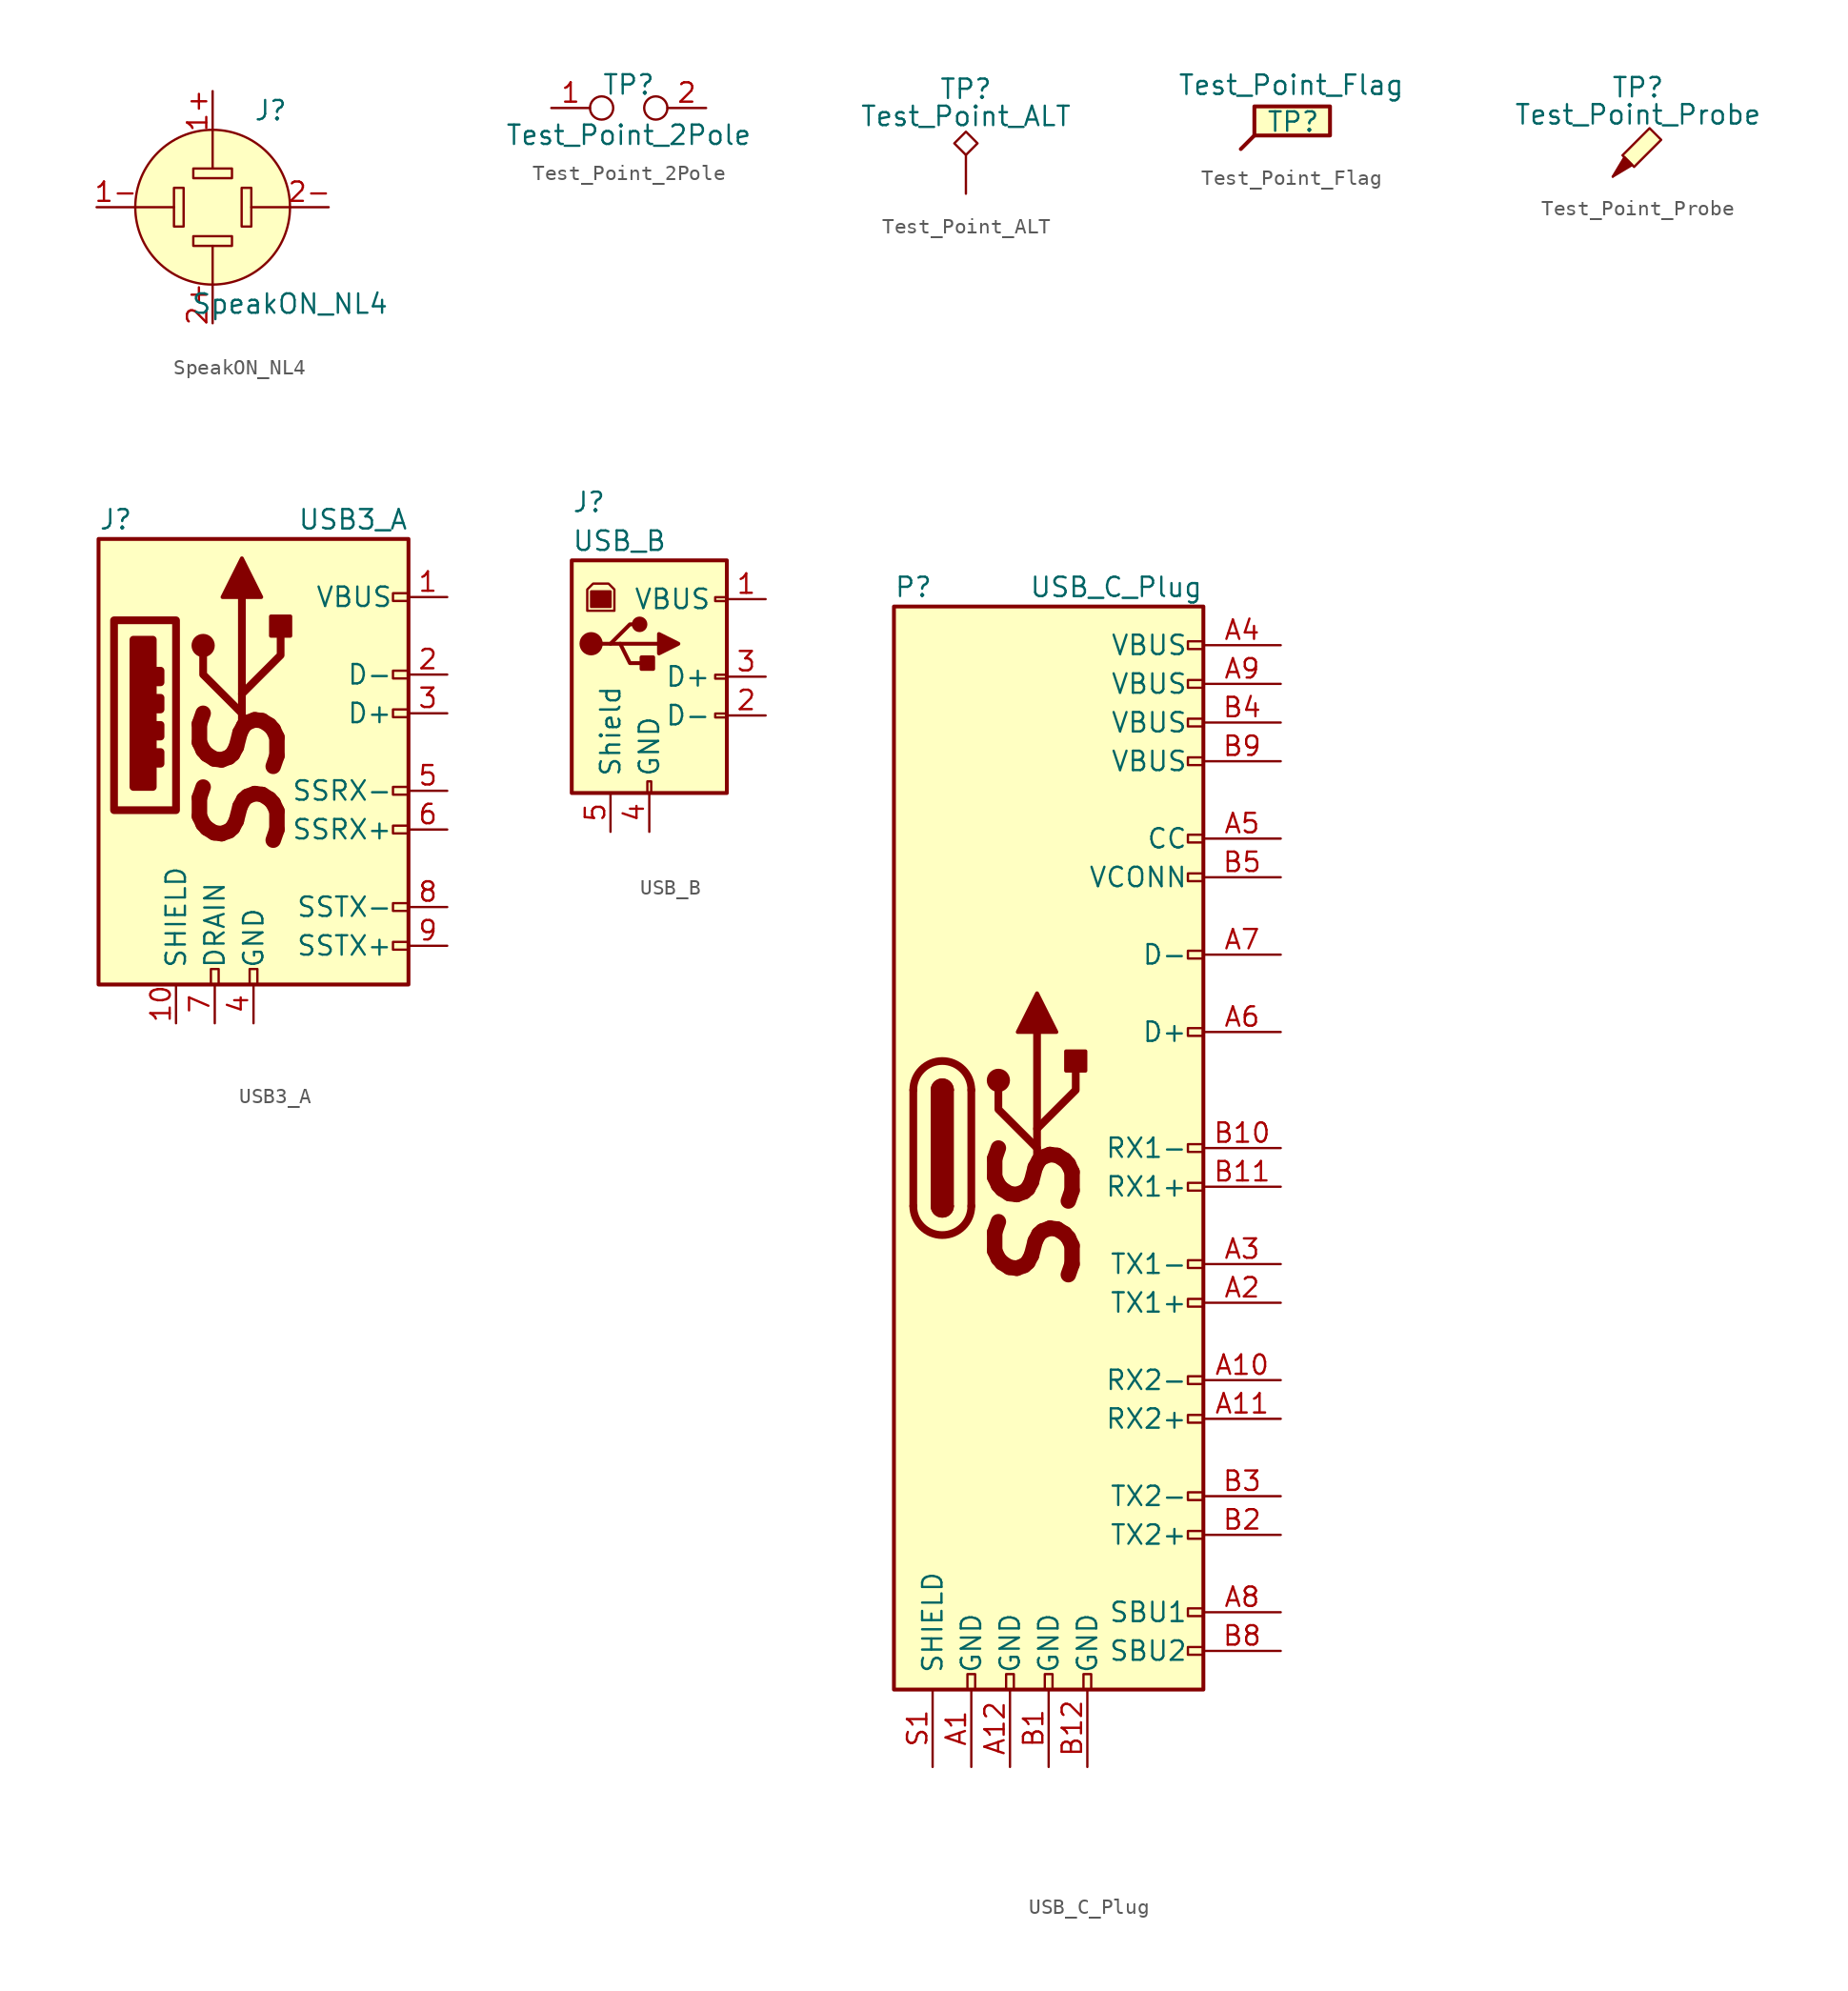
<source format=kicad_sym>
(kicad_symbol_lib
  (version 20201005)
  (generator kicad_symbol_editor)
  (symbol "SpeakON_NL4"
    (pin_names hide)
    (property "Reference" "J"
      (at 3.81 6.35 0)
      (effects (font (size 1.27 1.27))))
    (property "Value" "SpeakON_NL4"
      (at 5.08 -6.35 0)
      (effects (font (size 1.27 1.27))))
    (symbol "SpeakON_NL4_0_1"
      (circle (center 0 0) (radius 5.08) (stroke (width 0)) (fill (type background)))
      (rectangle (start -2.54 1.27) (end -1.905 -1.27) (stroke (width 0)) (fill (type none)))
      (rectangle (start -1.27 -2.54) (end 1.27 -1.905) (stroke (width 0)) (fill (type none)))
      (rectangle (start -1.27 2.54) (end 1.27 1.905) (stroke (width 0)) (fill (type none)))
      (rectangle (start 2.54 1.27) (end 1.905 -1.27) (stroke (width 0)) (fill (type none)))
      (polyline (pts (xy -5.08 0) (xy -2.54 0)) (stroke (width 0)) (fill (type none)))
      (polyline (pts (xy 0 -5.08) (xy 0 -2.54)) (stroke (width 0)) (fill (type none)))
      (polyline (pts (xy 0 5.08) (xy 0 2.54)) (stroke (width 0)) (fill (type none)))
      (polyline (pts (xy 5.08 0) (xy 2.54 0)) (stroke (width 0)) (fill (type none)))
      (pin passive line (at -7.62 0 0) (length 2.54) (name "1-" (effects (font (size 1.27 1.27)))) (number "1-" (effects (font (size 1.27 1.27)))))
      (pin passive line (at 0 -7.62 90) (length 2.54) (name "2+" (effects (font (size 1.27 1.27)))) (number "2+" (effects (font (size 1.27 1.27)))))
      (pin passive line (at 7.62 0 180) (length 2.54) (name "2-" (effects (font (size 1.27 1.27)))) (number "2-" (effects (font (size 1.27 1.27))))))
    (symbol "SpeakON_NL4_1_1"
      (pin passive line (at 0 7.62 270) (length 2.54) (name "1+" (effects (font (size 1.27 1.27)))) (number "1+" (effects (font (size 1.27 1.27)))))))
  (symbol "Test_Point_2Pole"
    (pin_names
      (offset 0.762) hide)
    (property "Reference" "TP"
      (at 0 1.524 0)
      (effects (font (size 1.27 1.27))))
    (property "Value" "Test_Point_2Pole"
      (at 0 -1.778 0)
      (effects (font (size 1.27 1.27))))
    (symbol "Test_Point_2Pole_0_1"
      (circle (center -1.778 0) (radius 0.762) (stroke (width 0)) (fill (type none)))
      (circle (center 1.778 0) (radius 0.762) (stroke (width 0)) (fill (type none)))
      (pin passive line (at -5.08 0 0) (length 2.54) (name "1" (effects (font (size 1.27 1.27)))) (number "1" (effects (font (size 1.27 1.27)))))
      (pin passive line (at 5.08 0 180) (length 2.54) (name "2" (effects (font (size 1.27 1.27)))) (number "2" (effects (font (size 1.27 1.27)))))))
  (symbol "Test_Point_ALT"
    (pin_numbers hide)
    (pin_names
      (offset 0.762) hide)
    (property "Reference" "TP"
      (at 0 6.858 0)
      (effects (font (size 1.27 1.27))))
    (property "Value" "Test_Point_ALT"
      (at 0 5.08 0)
      (effects (font (size 1.27 1.27))))
    (symbol "Test_Point_ALT_0_1"
      (polyline (pts (xy 0 2.54) (xy -0.762 3.302) (xy 0 4.064) (xy 0.762 3.302) (xy 0 2.54)) (stroke (width 0)) (fill (type none))))
    (symbol "Test_Point_ALT_1_1"
      (pin passive line (at 0 0 90) (length 2.54) (name "1" (effects (font (size 1.27 1.27)))) (number "1" (effects (font (size 1.27 1.27)))))))
  (symbol "Test_Point_Flag"
    (pin_numbers hide)
    (pin_names
      (offset 0.762) hide)
    (property "Reference" "TP"
      (at 3.429 1.778 0)
      (effects (font (size 1.27 1.27))))
    (property "Value" "Test_Point_Flag"
      (at 3.302 4.191 0)
      (effects (font (size 1.27 1.27))))
    (symbol "Test_Point_Flag_0_1"
      (rectangle (start 0.889 2.794) (end 5.842 0.889) (stroke (width 0.254)) (fill (type background)))
      (polyline (pts (xy 0 0) (xy 0.889 0.889)) (stroke (width 0.254)) (fill (type none))))
    (symbol "Test_Point_Flag_1_1"
      (pin passive line (at 0 0 90) (length 0) (name "1" (effects (font (size 1.27 1.27)))) (number "1" (effects (font (size 1.27 1.27)))))))
  (symbol "Test_Point_Probe"
    (pin_numbers hide)
    (pin_names
      (offset 0.762) hide)
    (property "Reference" "TP"
      (at 1.651 5.842 0)
      (effects (font (size 1.27 1.27))))
    (property "Value" "Test_Point_Probe"
      (at 1.651 4.064 0)
      (effects (font (size 1.27 1.27))))
    (symbol "Test_Point_Probe_0_1"
      (polyline (pts (xy 1.27 0.762) (xy 0 0) (xy 0.762 1.27) (xy 1.27 0.762)) (stroke (width 0)) (fill (type outline)))
      (polyline (pts (xy 1.397 0.635) (xy 0.635 1.397) (xy 2.413 3.175) (xy 3.175 2.413) (xy 1.397 0.635)) (stroke (width 0)) (fill (type background))))
    (symbol "Test_Point_Probe_1_1"
      (pin passive line (at 0 0 90) (length 0) (name "1" (effects (font (size 1.27 1.27)))) (number "1" (effects (font (size 1.27 1.27)))))))
  (symbol "USB3_A"
    (pin_names
      (offset 1.016))
    (property "Reference" "J"
      (at -10.16 15.24 0)
      (effects (font (size 1.27 1.27)) (justify left)))
    (property "Value" "USB3_A"
      (at 10.16 15.24 0)
      (effects (font (size 1.27 1.27)) (justify right)))
    (symbol "USB3_A_0_0"
      (text "SS" (at -0.762 -1.905 900) (effects (font (size 5.08 5.08) bold italic)))
      (rectangle (start -9.144 8.636) (end -5.08 -3.81) (stroke (width 0.508)) (fill (type none)))
      (rectangle (start -7.874 7.366) (end -6.604 -2.286) (stroke (width 0.508)) (fill (type outline)))
      (rectangle (start -6.35 0) (end -6.096 -0.762) (stroke (width 0.508)) (fill (type none)))
      (rectangle (start -6.35 1.778) (end -6.096 1.016) (stroke (width 0.508)) (fill (type none)))
      (rectangle (start -6.35 3.556) (end -6.096 2.794) (stroke (width 0.508)) (fill (type none)))
      (rectangle (start -6.35 5.334) (end -6.096 4.572) (stroke (width 0.508)) (fill (type none)))
      (rectangle (start -2.794 -15.24) (end -2.286 -14.224) (stroke (width 0)) (fill (type none)))
      (rectangle (start -0.254 -15.24) (end 0.254 -14.224) (stroke (width 0)) (fill (type none)))
      (rectangle (start 10.16 -12.446) (end 9.144 -12.954) (stroke (width 0)) (fill (type none)))
      (rectangle (start 10.16 -9.906) (end 9.144 -10.414) (stroke (width 0)) (fill (type none)))
      (rectangle (start 10.16 -4.826) (end 9.144 -5.334) (stroke (width 0)) (fill (type none)))
      (rectangle (start 10.16 -2.286) (end 9.144 -2.794) (stroke (width 0)) (fill (type none)))
      (rectangle (start 10.16 2.794) (end 9.144 2.286) (stroke (width 0)) (fill (type none)))
      (rectangle (start 10.16 5.334) (end 9.144 4.826) (stroke (width 0)) (fill (type none)))
      (rectangle (start 10.16 10.414) (end 9.144 9.906) (stroke (width 0)) (fill (type none))))
    (symbol "USB3_A_0_1"
      (circle (center -3.302 6.985) (radius 0.635) (stroke (width 0.254)) (fill (type outline)))
      (rectangle (start -10.16 13.97) (end 10.16 -15.24) (stroke (width 0.254)) (fill (type background)))
      (rectangle (start 1.143 7.62) (end 2.413 8.89) (stroke (width 0.254)) (fill (type outline)))
      (polyline (pts (xy -0.762 1.27) (xy -0.762 10.16)) (stroke (width 0.508)) (fill (type none)))
      (polyline (pts (xy -0.762 2.54) (xy -3.302 5.08) (xy -3.302 6.35)) (stroke (width 0.508)) (fill (type none)))
      (polyline (pts (xy -0.762 3.81) (xy 1.778 6.35) (xy 1.778 7.62)) (stroke (width 0.508)) (fill (type none)))
      (polyline (pts (xy -2.032 10.16) (xy -0.762 12.7) (xy 0.508 10.16) (xy -2.032 10.16)) (stroke (width 0.254)) (fill (type outline))))
    (symbol "USB3_A_1_1"
      (pin power_in line (at 12.7 10.16 180) (length 2.54) (name "VBUS" (effects (font (size 1.27 1.27)))) (number "1" (effects (font (size 1.27 1.27)))))
      (pin passive line (at -5.08 -17.78 90) (length 2.54) (name "SHIELD" (effects (font (size 1.27 1.27)))) (number "10" (effects (font (size 1.27 1.27)))))
      (pin bidirectional line (at 12.7 5.08 180) (length 2.54) (name "D-" (effects (font (size 1.27 1.27)))) (number "2" (effects (font (size 1.27 1.27)))))
      (pin bidirectional line (at 12.7 2.54 180) (length 2.54) (name "D+" (effects (font (size 1.27 1.27)))) (number "3" (effects (font (size 1.27 1.27)))))
      (pin power_in line (at 0 -17.78 90) (length 2.54) (name "GND" (effects (font (size 1.27 1.27)))) (number "4" (effects (font (size 1.27 1.27)))))
      (pin bidirectional line (at 12.7 -2.54 180) (length 2.54) (name "SSRX-" (effects (font (size 1.27 1.27)))) (number "5" (effects (font (size 1.27 1.27)))))
      (pin bidirectional line (at 12.7 -5.08 180) (length 2.54) (name "SSRX+" (effects (font (size 1.27 1.27)))) (number "6" (effects (font (size 1.27 1.27)))))
      (pin power_in line (at -2.54 -17.78 90) (length 2.54) (name "DRAIN" (effects (font (size 1.27 1.27)))) (number "7" (effects (font (size 1.27 1.27)))))
      (pin bidirectional line (at 12.7 -10.16 180) (length 2.54) (name "SSTX-" (effects (font (size 1.27 1.27)))) (number "8" (effects (font (size 1.27 1.27)))))
      (pin bidirectional line (at 12.7 -12.7 180) (length 2.54) (name "SSTX+" (effects (font (size 1.27 1.27)))) (number "9" (effects (font (size 1.27 1.27)))))))
  (symbol "USB_B"
    (pin_names
      (offset 1.016))
    (property "Reference" "J"
      (at -5.08 11.43 0)
      (effects (font (size 1.27 1.27)) (justify left)))
    (property "Value" "USB_B"
      (at -5.08 8.89 0)
      (effects (font (size 1.27 1.27)) (justify left)))
    (symbol "USB_B_0_1"
      (circle (center -3.81 2.159) (radius 0.635) (stroke (width 0.254)) (fill (type outline)))
      (circle (center -0.635 3.429) (radius 0.381) (stroke (width 0.254)) (fill (type outline)))
      (rectangle (start -5.08 -7.62) (end 5.08 7.62) (stroke (width 0.254)) (fill (type background)))
      (rectangle (start -3.81 5.588) (end -2.54 4.572) (stroke (width 0)) (fill (type outline)))
      (rectangle (start -0.127 -7.62) (end 0.127 -6.858) (stroke (width 0)) (fill (type none)))
      (rectangle (start 0.254 1.27) (end -0.508 0.508) (stroke (width 0.254)) (fill (type outline)))
      (rectangle (start 5.08 -2.667) (end 4.318 -2.413) (stroke (width 0)) (fill (type none)))
      (rectangle (start 5.08 -0.127) (end 4.318 0.127) (stroke (width 0)) (fill (type none)))
      (rectangle (start 5.08 4.953) (end 4.318 5.207) (stroke (width 0)) (fill (type none)))
      (polyline (pts (xy -1.905 2.159) (xy 0.635 2.159)) (stroke (width 0.254)) (fill (type none)))
      (polyline (pts (xy -3.175 2.159) (xy -2.54 2.159) (xy -1.27 3.429) (xy -0.635 3.429)) (stroke (width 0.254)) (fill (type none)))
      (polyline (pts (xy -2.54 2.159) (xy -1.905 2.159) (xy -1.27 0.889) (xy 0 0.889)) (stroke (width 0.254)) (fill (type none)))
      (polyline (pts (xy 0.635 2.794) (xy 0.635 1.524) (xy 1.905 2.159) (xy 0.635 2.794)) (stroke (width 0.254)) (fill (type outline)))
      (polyline (pts (xy -4.064 4.318) (xy -2.286 4.318) (xy -2.286 5.715) (xy -2.667 6.096) (xy -3.683 6.096) (xy -4.064 5.715) (xy -4.064 4.318)) (stroke (width 0)) (fill (type none))))
    (symbol "USB_B_1_1"
      (pin power_out line (at 7.62 5.08 180) (length 2.54) (name "VBUS" (effects (font (size 1.27 1.27)))) (number "1" (effects (font (size 1.27 1.27)))))
      (pin passive line (at 7.62 -2.54 180) (length 2.54) (name "D-" (effects (font (size 1.27 1.27)))) (number "2" (effects (font (size 1.27 1.27)))))
      (pin passive line (at 7.62 0 180) (length 2.54) (name "D+" (effects (font (size 1.27 1.27)))) (number "3" (effects (font (size 1.27 1.27)))))
      (pin power_out line (at 0 -10.16 90) (length 2.54) (name "GND" (effects (font (size 1.27 1.27)))) (number "4" (effects (font (size 1.27 1.27)))))
      (pin passive line (at -2.54 -10.16 90) (length 2.54) (name "Shield" (effects (font (size 1.27 1.27)))) (number "5" (effects (font (size 1.27 1.27)))))))
  (symbol "USB_C_Plug"
    (pin_names
      (offset 1.016))
    (property "Reference" "P"
      (at -10.16 36.83 0)
      (effects (font (size 1.27 1.27)) (justify left)))
    (property "Value" "USB_C_Plug"
      (at 10.16 36.83 0)
      (effects (font (size 1.27 1.27)) (justify right)))
    (symbol "USB_C_Plug_0_0"
      (text "SS" (at -0.762 -4.445 900) (effects (font (size 5.08 5.08) bold italic)))
      (rectangle (start -5.334 -35.56) (end -4.826 -34.544) (stroke (width 0)) (fill (type none)))
      (rectangle (start -2.794 -35.56) (end -2.286 -34.544) (stroke (width 0)) (fill (type none)))
      (rectangle (start -0.254 -35.56) (end 0.254 -34.544) (stroke (width 0)) (fill (type none)))
      (rectangle (start 2.286 -35.56) (end 2.794 -34.544) (stroke (width 0)) (fill (type none)))
      (rectangle (start 10.16 -32.766) (end 9.144 -33.274) (stroke (width 0)) (fill (type none)))
      (rectangle (start 10.16 -30.226) (end 9.144 -30.734) (stroke (width 0)) (fill (type none)))
      (rectangle (start 10.16 -25.146) (end 9.144 -25.654) (stroke (width 0)) (fill (type none)))
      (rectangle (start 10.16 -22.606) (end 9.144 -23.114) (stroke (width 0)) (fill (type none)))
      (rectangle (start 10.16 -17.526) (end 9.144 -18.034) (stroke (width 0)) (fill (type none)))
      (rectangle (start 10.16 -14.986) (end 9.144 -15.494) (stroke (width 0)) (fill (type none)))
      (rectangle (start 10.16 -9.906) (end 9.144 -10.414) (stroke (width 0)) (fill (type none)))
      (rectangle (start 10.16 -7.366) (end 9.144 -7.874) (stroke (width 0)) (fill (type none)))
      (rectangle (start 10.16 -2.286) (end 9.144 -2.794) (stroke (width 0)) (fill (type none)))
      (rectangle (start 10.16 0.254) (end 9.144 -0.254) (stroke (width 0)) (fill (type none)))
      (rectangle (start 10.16 7.874) (end 9.144 7.366) (stroke (width 0)) (fill (type none)))
      (rectangle (start 10.16 12.954) (end 9.144 12.446) (stroke (width 0)) (fill (type none)))
      (rectangle (start 10.16 18.034) (end 9.144 17.526) (stroke (width 0)) (fill (type none)))
      (rectangle (start 10.16 20.574) (end 9.144 20.066) (stroke (width 0)) (fill (type none)))
      (rectangle (start 10.16 25.654) (end 9.144 25.146) (stroke (width 0)) (fill (type none)))
      (rectangle (start 10.16 28.194) (end 9.144 27.686) (stroke (width 0)) (fill (type none)))
      (rectangle (start 10.16 30.734) (end 9.144 30.226) (stroke (width 0)) (fill (type none)))
      (rectangle (start 10.16 33.274) (end 9.144 32.766) (stroke (width 0)) (fill (type none))))
    (symbol "USB_C_Plug_0_1"
      (arc (start -7.62 -3.81) (end -6.35 -3.81) (radius (at -6.985 -3.81) (length 0.635) (angles -179.9 -0.1)) (stroke (width 0.254)) (fill (type outline)))
      (arc (start -8.89 -3.81) (end -5.08 -3.81) (radius (at -6.985 -3.81) (length 1.905) (angles -179.9 -0.1)) (stroke (width 0.508)) (fill (type none)))
      (arc (start -7.62 -3.81) (end -6.35 -3.81) (radius (at -6.985 -3.81) (length 0.635) (angles -179.9 -0.1)) (stroke (width 0.254)) (fill (type none)))
      (arc (start -5.08 3.81) (end -8.89 3.81) (radius (at -6.985 3.81) (length 1.905) (angles 0.1 179.9)) (stroke (width 0.508)) (fill (type none)))
      (arc (start -6.35 3.81) (end -7.62 3.81) (radius (at -6.985 3.81) (length 0.635) (angles 0.1 179.9)) (stroke (width 0.254)) (fill (type outline)))
      (arc (start -6.35 3.81) (end -7.62 3.81) (radius (at -6.985 3.81) (length 0.635) (angles 0.1 179.9)) (stroke (width 0.254)) (fill (type none)))
      (circle (center -3.302 4.445) (radius 0.635) (stroke (width 0.254)) (fill (type outline)))
      (rectangle (start -10.16 35.56) (end 10.16 -35.56) (stroke (width 0.254)) (fill (type background)))
      (rectangle (start -7.62 -3.81) (end -6.35 3.81) (stroke (width 0.254)) (fill (type outline)))
      (rectangle (start 1.143 5.08) (end 2.413 6.35) (stroke (width 0.254)) (fill (type outline)))
      (polyline (pts (xy -8.89 -3.81) (xy -8.89 3.81)) (stroke (width 0.508)) (fill (type none)))
      (polyline (pts (xy -5.08 3.81) (xy -5.08 -3.81)) (stroke (width 0.508)) (fill (type none)))
      (polyline (pts (xy -0.762 -1.27) (xy -0.762 7.62)) (stroke (width 0.508)) (fill (type none)))
      (polyline (pts (xy -0.762 0) (xy -3.302 2.54) (xy -3.302 3.81)) (stroke (width 0.508)) (fill (type none)))
      (polyline (pts (xy -0.762 1.27) (xy 1.778 3.81) (xy 1.778 5.08)) (stroke (width 0.508)) (fill (type none)))
      (polyline (pts (xy -2.032 7.62) (xy -0.762 10.16) (xy 0.508 7.62) (xy -2.032 7.62)) (stroke (width 0.254)) (fill (type outline))))
    (symbol "USB_C_Plug_1_1"
      (pin power_in line (at -5.08 -40.64 90) (length 5.08) (name "GND" (effects (font (size 1.27 1.27)))) (number "A1" (effects (font (size 1.27 1.27)))))
      (pin bidirectional line (at 15.24 -15.24 180) (length 5.08) (name "RX2-" (effects (font (size 1.27 1.27)))) (number "A10" (effects (font (size 1.27 1.27)))))
      (pin bidirectional line (at 15.24 -17.78 180) (length 5.08) (name "RX2+" (effects (font (size 1.27 1.27)))) (number "A11" (effects (font (size 1.27 1.27)))))
      (pin power_in line (at -2.54 -40.64 90) (length 5.08) (name "GND" (effects (font (size 1.27 1.27)))) (number "A12" (effects (font (size 1.27 1.27)))))
      (pin bidirectional line (at 15.24 -10.16 180) (length 5.08) (name "TX1+" (effects (font (size 1.27 1.27)))) (number "A2" (effects (font (size 1.27 1.27)))))
      (pin bidirectional line (at 15.24 -7.62 180) (length 5.08) (name "TX1-" (effects (font (size 1.27 1.27)))) (number "A3" (effects (font (size 1.27 1.27)))))
      (pin power_in line (at 15.24 33.02 180) (length 5.08) (name "VBUS" (effects (font (size 1.27 1.27)))) (number "A4" (effects (font (size 1.27 1.27)))))
      (pin bidirectional line (at 15.24 20.32 180) (length 5.08) (name "CC" (effects (font (size 1.27 1.27)))) (number "A5" (effects (font (size 1.27 1.27)))))
      (pin bidirectional line (at 15.24 7.62 180) (length 5.08) (name "D+" (effects (font (size 1.27 1.27)))) (number "A6" (effects (font (size 1.27 1.27)))))
      (pin bidirectional line (at 15.24 12.7 180) (length 5.08) (name "D-" (effects (font (size 1.27 1.27)))) (number "A7" (effects (font (size 1.27 1.27)))))
      (pin bidirectional line (at 15.24 -30.48 180) (length 5.08) (name "SBU1" (effects (font (size 1.27 1.27)))) (number "A8" (effects (font (size 1.27 1.27)))))
      (pin power_in line (at 15.24 30.48 180) (length 5.08) (name "VBUS" (effects (font (size 1.27 1.27)))) (number "A9" (effects (font (size 1.27 1.27)))))
      (pin power_in line (at 0 -40.64 90) (length 5.08) (name "GND" (effects (font (size 1.27 1.27)))) (number "B1" (effects (font (size 1.27 1.27)))))
      (pin bidirectional line (at 15.24 0 180) (length 5.08) (name "RX1-" (effects (font (size 1.27 1.27)))) (number "B10" (effects (font (size 1.27 1.27)))))
      (pin bidirectional line (at 15.24 -2.54 180) (length 5.08) (name "RX1+" (effects (font (size 1.27 1.27)))) (number "B11" (effects (font (size 1.27 1.27)))))
      (pin power_in line (at 2.54 -40.64 90) (length 5.08) (name "GND" (effects (font (size 1.27 1.27)))) (number "B12" (effects (font (size 1.27 1.27)))))
      (pin bidirectional line (at 15.24 -25.4 180) (length 5.08) (name "TX2+" (effects (font (size 1.27 1.27)))) (number "B2" (effects (font (size 1.27 1.27)))))
      (pin bidirectional line (at 15.24 -22.86 180) (length 5.08) (name "TX2-" (effects (font (size 1.27 1.27)))) (number "B3" (effects (font (size 1.27 1.27)))))
      (pin power_in line (at 15.24 27.94 180) (length 5.08) (name "VBUS" (effects (font (size 1.27 1.27)))) (number "B4" (effects (font (size 1.27 1.27)))))
      (pin bidirectional line (at 15.24 17.78 180) (length 5.08) (name "VCONN" (effects (font (size 1.27 1.27)))) (number "B5" (effects (font (size 1.27 1.27)))))
      (pin bidirectional line (at 15.24 -33.02 180) (length 5.08) (name "SBU2" (effects (font (size 1.27 1.27)))) (number "B8" (effects (font (size 1.27 1.27)))))
      (pin power_in line (at 15.24 25.4 180) (length 5.08) (name "VBUS" (effects (font (size 1.27 1.27)))) (number "B9" (effects (font (size 1.27 1.27)))))
      (pin passive line (at -7.62 -40.64 90) (length 5.08) (name "SHIELD" (effects (font (size 1.27 1.27)))) (number "S1" (effects (font (size 1.27 1.27))))))))
</source>
